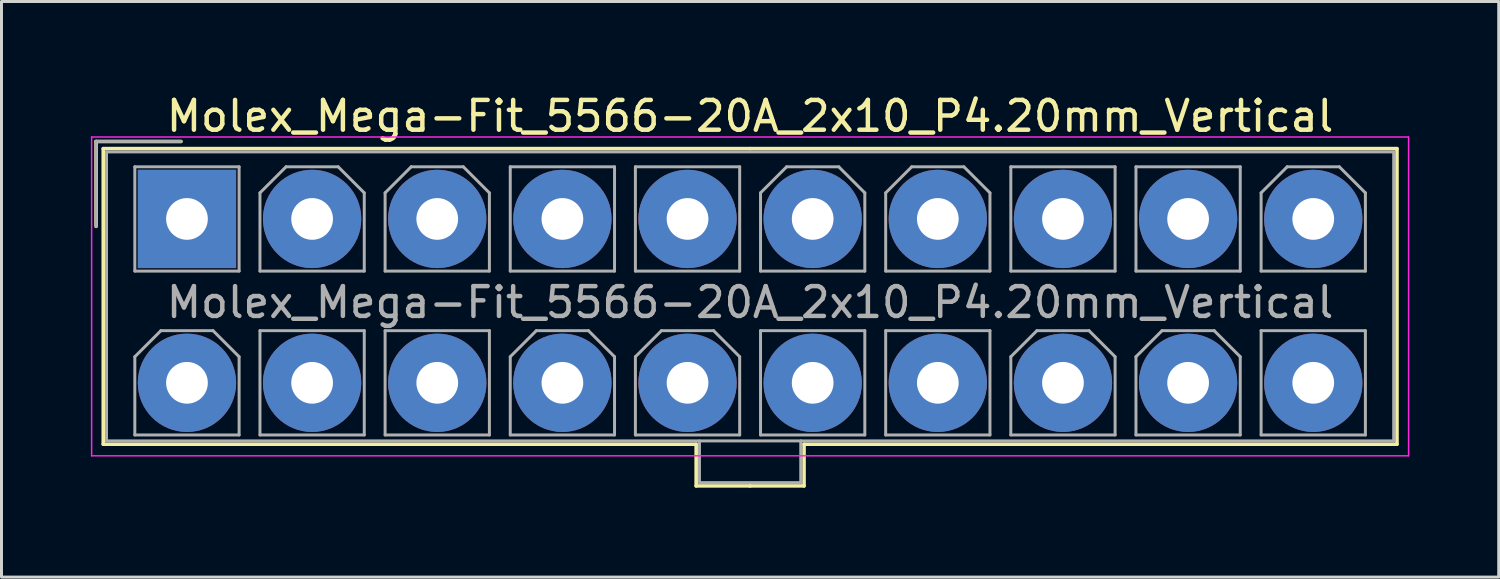
<source format=kicad_pcb>
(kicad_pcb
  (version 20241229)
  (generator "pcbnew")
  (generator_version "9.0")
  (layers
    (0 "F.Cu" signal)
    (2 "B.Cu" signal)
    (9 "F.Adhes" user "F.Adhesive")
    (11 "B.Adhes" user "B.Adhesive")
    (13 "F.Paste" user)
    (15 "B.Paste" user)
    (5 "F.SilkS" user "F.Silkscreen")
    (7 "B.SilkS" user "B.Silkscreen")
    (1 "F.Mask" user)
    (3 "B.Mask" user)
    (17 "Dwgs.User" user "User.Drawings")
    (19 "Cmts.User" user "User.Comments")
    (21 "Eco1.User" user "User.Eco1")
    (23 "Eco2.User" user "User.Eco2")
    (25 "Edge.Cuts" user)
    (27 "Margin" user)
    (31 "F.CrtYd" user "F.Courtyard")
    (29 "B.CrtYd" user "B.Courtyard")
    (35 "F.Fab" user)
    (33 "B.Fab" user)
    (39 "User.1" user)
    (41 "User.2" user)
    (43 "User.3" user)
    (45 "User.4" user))
  (footprint "Molex_Mega-Fit_5566-20A_2x10_P4.20mm_Vertical"
    (layer "F.Cu")
    (at 3.225 4.298)
    (property "Reference" "Molex_Mega-Fit_5566-20A_2x10_P4.20mm_Vertical" (at 18.9 -3.45 0) (layer "F.SilkS") (effects (font (size 1 1) (thickness 0.15))))
    (attr through_hole)
    (fp_line (start -3.05 -2.6) (end -3.05 0.25) (stroke (width 0.12) (type solid)) (layer "F.SilkS"))
    (fp_line (start -2.81 -2.36) (end -2.81 7.56) (stroke (width 0.12) (type solid)) (layer "F.SilkS"))
    (fp_line (start -2.81 7.56) (end 17.09 7.56) (stroke (width 0.12) (type solid)) (layer "F.SilkS"))
    (fp_line (start -0.2 -2.6) (end -3.05 -2.6) (stroke (width 0.12) (type solid)) (layer "F.SilkS"))
    (fp_line (start 17.09 7.56) (end 17.09 8.96) (stroke (width 0.12) (type solid)) (layer "F.SilkS"))
    (fp_line (start 17.09 8.96) (end 18.9 8.96) (stroke (width 0.12) (type solid)) (layer "F.SilkS"))
    (fp_line (start 18.9 -2.36) (end -2.81 -2.36) (stroke (width 0.12) (type solid)) (layer "F.SilkS"))
    (fp_line (start 18.9 -2.36) (end 40.61 -2.36) (stroke (width 0.12) (type solid)) (layer "F.SilkS"))
    (fp_line (start 20.71 7.56) (end 20.71 8.96) (stroke (width 0.12) (type solid)) (layer "F.SilkS"))
    (fp_line (start 20.71 8.96) (end 18.9 8.96) (stroke (width 0.12) (type solid)) (layer "F.SilkS"))
    (fp_line (start 40.61 -2.36) (end 40.61 7.56) (stroke (width 0.12) (type solid)) (layer "F.SilkS"))
    (fp_line (start 40.61 7.56) (end 20.71 7.56) (stroke (width 0.12) (type solid)) (layer "F.SilkS"))
    (fp_line (start -3.2 -2.75) (end -3.2 7.95) (stroke (width 0.05) (type solid)) (layer "F.CrtYd"))
    (fp_line (start -3.2 7.95) (end 41 7.95) (stroke (width 0.05) (type solid)) (layer "F.CrtYd"))
    (fp_line (start 41 -2.75) (end -3.2 -2.75) (stroke (width 0.05) (type solid)) (layer "F.CrtYd"))
    (fp_line (start 41 7.95) (end 41 -2.75) (stroke (width 0.05) (type solid)) (layer "F.CrtYd"))
    (fp_line (start -3.05 -2.6) (end -3.05 0.25) (stroke (width 0.1) (type solid)) (layer "F.Fab"))
    (fp_line (start -2.7 -2.25) (end -2.7 7.45) (stroke (width 0.1) (type solid)) (layer "F.Fab"))
    (fp_line (start -2.7 7.45) (end 40.5 7.45) (stroke (width 0.1) (type solid)) (layer "F.Fab"))
    (fp_line (start -1.75 -1.75) (end -1.75 1.75) (stroke (width 0.1) (type solid)) (layer "F.Fab"))
    (fp_line (start -1.75 1.75) (end 1.75 1.75) (stroke (width 0.1) (type solid)) (layer "F.Fab"))
    (fp_line (start -1.75 4.625) (end -0.875 3.75) (stroke (width 0.1) (type solid)) (layer "F.Fab"))
    (fp_line (start -1.75 7.25) (end -1.75 4.625) (stroke (width 0.1) (type solid)) (layer "F.Fab"))
    (fp_line (start -0.875 3.75) (end 0.875 3.75) (stroke (width 0.1) (type solid)) (layer "F.Fab"))
    (fp_line (start -0.2 -2.6) (end -3.05 -2.6) (stroke (width 0.1) (type solid)) (layer "F.Fab"))
    (fp_line (start 0.875 3.75) (end 1.75 4.625) (stroke (width 0.1) (type solid)) (layer "F.Fab"))
    (fp_line (start 1.75 -1.75) (end -1.75 -1.75) (stroke (width 0.1) (type solid)) (layer "F.Fab"))
    (fp_line (start 1.75 1.75) (end 1.75 -1.75) (stroke (width 0.1) (type solid)) (layer "F.Fab"))
    (fp_line (start 1.75 4.625) (end 1.75 7.25) (stroke (width 0.1) (type solid)) (layer "F.Fab"))
    (fp_line (start 1.75 7.25) (end -1.75 7.25) (stroke (width 0.1) (type solid)) (layer "F.Fab"))
    (fp_line (start 2.45 -0.875) (end 3.325 -1.75) (stroke (width 0.1) (type solid)) (layer "F.Fab"))
    (fp_line (start 2.45 1.75) (end 2.45 -0.875) (stroke (width 0.1) (type solid)) (layer "F.Fab"))
    (fp_line (start 2.45 3.75) (end 2.45 7.25) (stroke (width 0.1) (type solid)) (layer "F.Fab"))
    (fp_line (start 2.45 7.25) (end 5.95 7.25) (stroke (width 0.1) (type solid)) (layer "F.Fab"))
    (fp_line (start 3.325 -1.75) (end 5.075 -1.75) (stroke (width 0.1) (type solid)) (layer "F.Fab"))
    (fp_line (start 5.075 -1.75) (end 5.95 -0.875) (stroke (width 0.1) (type solid)) (layer "F.Fab"))
    (fp_line (start 5.95 -0.875) (end 5.95 1.75) (stroke (width 0.1) (type solid)) (layer "F.Fab"))
    (fp_line (start 5.95 1.75) (end 2.45 1.75) (stroke (width 0.1) (type solid)) (layer "F.Fab"))
    (fp_line (start 5.95 3.75) (end 2.45 3.75) (stroke (width 0.1) (type solid)) (layer "F.Fab"))
    (fp_line (start 5.95 7.25) (end 5.95 3.75) (stroke (width 0.1) (type solid)) (layer "F.Fab"))
    (fp_line (start 6.65 -0.875) (end 7.525 -1.75) (stroke (width 0.1) (type solid)) (layer "F.Fab"))
    (fp_line (start 6.65 1.75) (end 6.65 -0.875) (stroke (width 0.1) (type solid)) (layer "F.Fab"))
    (fp_line (start 6.65 3.75) (end 6.65 7.25) (stroke (width 0.1) (type solid)) (layer "F.Fab"))
    (fp_line (start 6.65 7.25) (end 10.15 7.25) (stroke (width 0.1) (type solid)) (layer "F.Fab"))
    (fp_line (start 7.525 -1.75) (end 9.275 -1.75) (stroke (width 0.1) (type solid)) (layer "F.Fab"))
    (fp_line (start 9.275 -1.75) (end 10.15 -0.875) (stroke (width 0.1) (type solid)) (layer "F.Fab"))
    (fp_line (start 10.15 -0.875) (end 10.15 1.75) (stroke (width 0.1) (type solid)) (layer "F.Fab"))
    (fp_line (start 10.15 1.75) (end 6.65 1.75) (stroke (width 0.1) (type solid)) (layer "F.Fab"))
    (fp_line (start 10.15 3.75) (end 6.65 3.75) (stroke (width 0.1) (type solid)) (layer "F.Fab"))
    (fp_line (start 10.15 7.25) (end 10.15 3.75) (stroke (width 0.1) (type solid)) (layer "F.Fab"))
    (fp_line (start 10.85 -1.75) (end 10.85 1.75) (stroke (width 0.1) (type solid)) (layer "F.Fab"))
    (fp_line (start 10.85 1.75) (end 14.35 1.75) (stroke (width 0.1) (type solid)) (layer "F.Fab"))
    (fp_line (start 10.85 4.625) (end 11.725 3.75) (stroke (width 0.1) (type solid)) (layer "F.Fab"))
    (fp_line (start 10.85 7.25) (end 10.85 4.625) (stroke (width 0.1) (type solid)) (layer "F.Fab"))
    (fp_line (start 11.725 3.75) (end 13.475 3.75) (stroke (width 0.1) (type solid)) (layer "F.Fab"))
    (fp_line (start 13.475 3.75) (end 14.35 4.625) (stroke (width 0.1) (type solid)) (layer "F.Fab"))
    (fp_line (start 14.35 -1.75) (end 10.85 -1.75) (stroke (width 0.1) (type solid)) (layer "F.Fab"))
    (fp_line (start 14.35 1.75) (end 14.35 -1.75) (stroke (width 0.1) (type solid)) (layer "F.Fab"))
    (fp_line (start 14.35 4.625) (end 14.35 7.25) (stroke (width 0.1) (type solid)) (layer "F.Fab"))
    (fp_line (start 14.35 7.25) (end 10.85 7.25) (stroke (width 0.1) (type solid)) (layer "F.Fab"))
    (fp_line (start 15.05 -1.75) (end 15.05 1.75) (stroke (width 0.1) (type solid)) (layer "F.Fab"))
    (fp_line (start 15.05 1.75) (end 18.55 1.75) (stroke (width 0.1) (type solid)) (layer "F.Fab"))
    (fp_line (start 15.05 4.625) (end 15.925 3.75) (stroke (width 0.1) (type solid)) (layer "F.Fab"))
    (fp_line (start 15.05 7.25) (end 15.05 4.625) (stroke (width 0.1) (type solid)) (layer "F.Fab"))
    (fp_line (start 15.925 3.75) (end 17.675 3.75) (stroke (width 0.1) (type solid)) (layer "F.Fab"))
    (fp_line (start 17.2 7.45) (end 17.2 8.85) (stroke (width 0.1) (type solid)) (layer "F.Fab"))
    (fp_line (start 17.2 8.85) (end 20.6 8.85) (stroke (width 0.1) (type solid)) (layer "F.Fab"))
    (fp_line (start 17.675 3.75) (end 18.55 4.625) (stroke (width 0.1) (type solid)) (layer "F.Fab"))
    (fp_line (start 18.55 -1.75) (end 15.05 -1.75) (stroke (width 0.1) (type solid)) (layer "F.Fab"))
    (fp_line (start 18.55 1.75) (end 18.55 -1.75) (stroke (width 0.1) (type solid)) (layer "F.Fab"))
    (fp_line (start 18.55 4.625) (end 18.55 7.25) (stroke (width 0.1) (type solid)) (layer "F.Fab"))
    (fp_line (start 18.55 7.25) (end 15.05 7.25) (stroke (width 0.1) (type solid)) (layer "F.Fab"))
    (fp_line (start 19.25 -0.875) (end 20.125 -1.75) (stroke (width 0.1) (type solid)) (layer "F.Fab"))
    (fp_line (start 19.25 1.75) (end 19.25 -0.875) (stroke (width 0.1) (type solid)) (layer "F.Fab"))
    (fp_line (start 19.25 3.75) (end 19.25 7.25) (stroke (width 0.1) (type solid)) (layer "F.Fab"))
    (fp_line (start 19.25 7.25) (end 22.75 7.25) (stroke (width 0.1) (type solid)) (layer "F.Fab"))
    (fp_line (start 20.125 -1.75) (end 21.875 -1.75) (stroke (width 0.1) (type solid)) (layer "F.Fab"))
    (fp_line (start 20.6 8.85) (end 20.6 7.45) (stroke (width 0.1) (type solid)) (layer "F.Fab"))
    (fp_line (start 21.875 -1.75) (end 22.75 -0.875) (stroke (width 0.1) (type solid)) (layer "F.Fab"))
    (fp_line (start 22.75 -0.875) (end 22.75 1.75) (stroke (width 0.1) (type solid)) (layer "F.Fab"))
    (fp_line (start 22.75 1.75) (end 19.25 1.75) (stroke (width 0.1) (type solid)) (layer "F.Fab"))
    (fp_line (start 22.75 3.75) (end 19.25 3.75) (stroke (width 0.1) (type solid)) (layer "F.Fab"))
    (fp_line (start 22.75 7.25) (end 22.75 3.75) (stroke (width 0.1) (type solid)) (layer "F.Fab"))
    (fp_line (start 23.45 -0.875) (end 24.325 -1.75) (stroke (width 0.1) (type solid)) (layer "F.Fab"))
    (fp_line (start 23.45 1.75) (end 23.45 -0.875) (stroke (width 0.1) (type solid)) (layer "F.Fab"))
    (fp_line (start 23.45 3.75) (end 23.45 7.25) (stroke (width 0.1) (type solid)) (layer "F.Fab"))
    (fp_line (start 23.45 7.25) (end 26.95 7.25) (stroke (width 0.1) (type solid)) (layer "F.Fab"))
    (fp_line (start 24.325 -1.75) (end 26.075 -1.75) (stroke (width 0.1) (type solid)) (layer "F.Fab"))
    (fp_line (start 26.075 -1.75) (end 26.95 -0.875) (stroke (width 0.1) (type solid)) (layer "F.Fab"))
    (fp_line (start 26.95 -0.875) (end 26.95 1.75) (stroke (width 0.1) (type solid)) (layer "F.Fab"))
    (fp_line (start 26.95 1.75) (end 23.45 1.75) (stroke (width 0.1) (type solid)) (layer "F.Fab"))
    (fp_line (start 26.95 3.75) (end 23.45 3.75) (stroke (width 0.1) (type solid)) (layer "F.Fab"))
    (fp_line (start 26.95 7.25) (end 26.95 3.75) (stroke (width 0.1) (type solid)) (layer "F.Fab"))
    (fp_line (start 27.65 -1.75) (end 27.65 1.75) (stroke (width 0.1) (type solid)) (layer "F.Fab"))
    (fp_line (start 27.65 1.75) (end 31.15 1.75) (stroke (width 0.1) (type solid)) (layer "F.Fab"))
    (fp_line (start 27.65 4.625) (end 28.525 3.75) (stroke (width 0.1) (type solid)) (layer "F.Fab"))
    (fp_line (start 27.65 7.25) (end 27.65 4.625) (stroke (width 0.1) (type solid)) (layer "F.Fab"))
    (fp_line (start 28.525 3.75) (end 30.275 3.75) (stroke (width 0.1) (type solid)) (layer "F.Fab"))
    (fp_line (start 30.275 3.75) (end 31.15 4.625) (stroke (width 0.1) (type solid)) (layer "F.Fab"))
    (fp_line (start 31.15 -1.75) (end 27.65 -1.75) (stroke (width 0.1) (type solid)) (layer "F.Fab"))
    (fp_line (start 31.15 1.75) (end 31.15 -1.75) (stroke (width 0.1) (type solid)) (layer "F.Fab"))
    (fp_line (start 31.15 4.625) (end 31.15 7.25) (stroke (width 0.1) (type solid)) (layer "F.Fab"))
    (fp_line (start 31.15 7.25) (end 27.65 7.25) (stroke (width 0.1) (type solid)) (layer "F.Fab"))
    (fp_line (start 31.85 -1.75) (end 31.85 1.75) (stroke (width 0.1) (type solid)) (layer "F.Fab"))
    (fp_line (start 31.85 1.75) (end 35.35 1.75) (stroke (width 0.1) (type solid)) (layer "F.Fab"))
    (fp_line (start 31.85 4.625) (end 32.725 3.75) (stroke (width 0.1) (type solid)) (layer "F.Fab"))
    (fp_line (start 31.85 7.25) (end 31.85 4.625) (stroke (width 0.1) (type solid)) (layer "F.Fab"))
    (fp_line (start 32.725 3.75) (end 34.475 3.75) (stroke (width 0.1) (type solid)) (layer "F.Fab"))
    (fp_line (start 34.475 3.75) (end 35.35 4.625) (stroke (width 0.1) (type solid)) (layer "F.Fab"))
    (fp_line (start 35.35 -1.75) (end 31.85 -1.75) (stroke (width 0.1) (type solid)) (layer "F.Fab"))
    (fp_line (start 35.35 1.75) (end 35.35 -1.75) (stroke (width 0.1) (type solid)) (layer "F.Fab"))
    (fp_line (start 35.35 4.625) (end 35.35 7.25) (stroke (width 0.1) (type solid)) (layer "F.Fab"))
    (fp_line (start 35.35 7.25) (end 31.85 7.25) (stroke (width 0.1) (type solid)) (layer "F.Fab"))
    (fp_line (start 36.05 -0.875) (end 36.925 -1.75) (stroke (width 0.1) (type solid)) (layer "F.Fab"))
    (fp_line (start 36.05 1.75) (end 36.05 -0.875) (stroke (width 0.1) (type solid)) (layer "F.Fab"))
    (fp_line (start 36.05 3.75) (end 36.05 7.25) (stroke (width 0.1) (type solid)) (layer "F.Fab"))
    (fp_line (start 36.05 7.25) (end 39.55 7.25) (stroke (width 0.1) (type solid)) (layer "F.Fab"))
    (fp_line (start 36.925 -1.75) (end 38.675 -1.75) (stroke (width 0.1) (type solid)) (layer "F.Fab"))
    (fp_line (start 38.675 -1.75) (end 39.55 -0.875) (stroke (width 0.1) (type solid)) (layer "F.Fab"))
    (fp_line (start 39.55 -0.875) (end 39.55 1.75) (stroke (width 0.1) (type solid)) (layer "F.Fab"))
    (fp_line (start 39.55 1.75) (end 36.05 1.75) (stroke (width 0.1) (type solid)) (layer "F.Fab"))
    (fp_line (start 39.55 3.75) (end 36.05 3.75) (stroke (width 0.1) (type solid)) (layer "F.Fab"))
    (fp_line (start 39.55 7.25) (end 39.55 3.75) (stroke (width 0.1) (type solid)) (layer "F.Fab"))
    (fp_line (start 40.5 -2.25) (end -2.7 -2.25) (stroke (width 0.1) (type solid)) (layer "F.Fab"))
    (fp_line (start 40.5 7.45) (end 40.5 -2.25) (stroke (width 0.1) (type solid)) (layer "F.Fab"))
    (fp_text user "${REFERENCE}" (at 18.9 2.8 0) (layer "F.Fab") (effects (font (size 1 1) (thickness 0.15))))
    (pad "1" thru_hole rect (at 0 0) (size 3.3 3.3) (drill 1.4) (layers "*.Cu" "*.Mask"))
    (pad "2" thru_hole circle (at 4.2 0) (size 3.3 3.3) (drill 1.4) (layers "*.Cu" "*.Mask"))
    (pad "3" thru_hole circle (at 8.4 0) (size 3.3 3.3) (drill 1.4) (layers "*.Cu" "*.Mask"))
    (pad "4" thru_hole circle (at 12.6 0) (size 3.3 3.3) (drill 1.4) (layers "*.Cu" "*.Mask"))
    (pad "5" thru_hole circle (at 16.8 0) (size 3.3 3.3) (drill 1.4) (layers "*.Cu" "*.Mask"))
    (pad "6" thru_hole circle (at 21 0) (size 3.3 3.3) (drill 1.4) (layers "*.Cu" "*.Mask"))
    (pad "7" thru_hole circle (at 25.2 0) (size 3.3 3.3) (drill 1.4) (layers "*.Cu" "*.Mask"))
    (pad "8" thru_hole circle (at 29.4 0) (size 3.3 3.3) (drill 1.4) (layers "*.Cu" "*.Mask"))
    (pad "9" thru_hole circle (at 33.6 0) (size 3.3 3.3) (drill 1.4) (layers "*.Cu" "*.Mask"))
    (pad "10" thru_hole circle (at 37.8 0) (size 3.3 3.3) (drill 1.4) (layers "*.Cu" "*.Mask"))
    (pad "11" thru_hole circle (at 0 5.5) (size 3.3 3.3) (drill 1.4) (layers "*.Cu" "*.Mask"))
    (pad "12" thru_hole circle (at 4.2 5.5) (size 3.3 3.3) (drill 1.4) (layers "*.Cu" "*.Mask"))
    (pad "13" thru_hole circle (at 8.4 5.5) (size 3.3 3.3) (drill 1.4) (layers "*.Cu" "*.Mask"))
    (pad "14" thru_hole circle (at 12.6 5.5) (size 3.3 3.3) (drill 1.4) (layers "*.Cu" "*.Mask"))
    (pad "15" thru_hole circle (at 16.8 5.5) (size 3.3 3.3) (drill 1.4) (layers "*.Cu" "*.Mask"))
    (pad "16" thru_hole circle (at 21 5.5) (size 3.3 3.3) (drill 1.4) (layers "*.Cu" "*.Mask"))
    (pad "17" thru_hole circle (at 25.2 5.5) (size 3.3 3.3) (drill 1.4) (layers "*.Cu" "*.Mask"))
    (pad "18" thru_hole circle (at 29.4 5.5) (size 3.3 3.3) (drill 1.4) (layers "*.Cu" "*.Mask"))
    (pad "19" thru_hole circle (at 33.6 5.5) (size 3.3 3.3) (drill 1.4) (layers "*.Cu" "*.Mask"))
    (pad "20" thru_hole circle (at 37.8 5.5) (size 3.3 3.3) (drill 1.4) (layers "*.Cu" "*.Mask")))
  (gr_rect
    (start -3 -3)
    (end 47.25 16.318)
    (stroke (width 0.1) (type default))
    (fill no)
    (layer "Edge.Cuts")))
</source>
